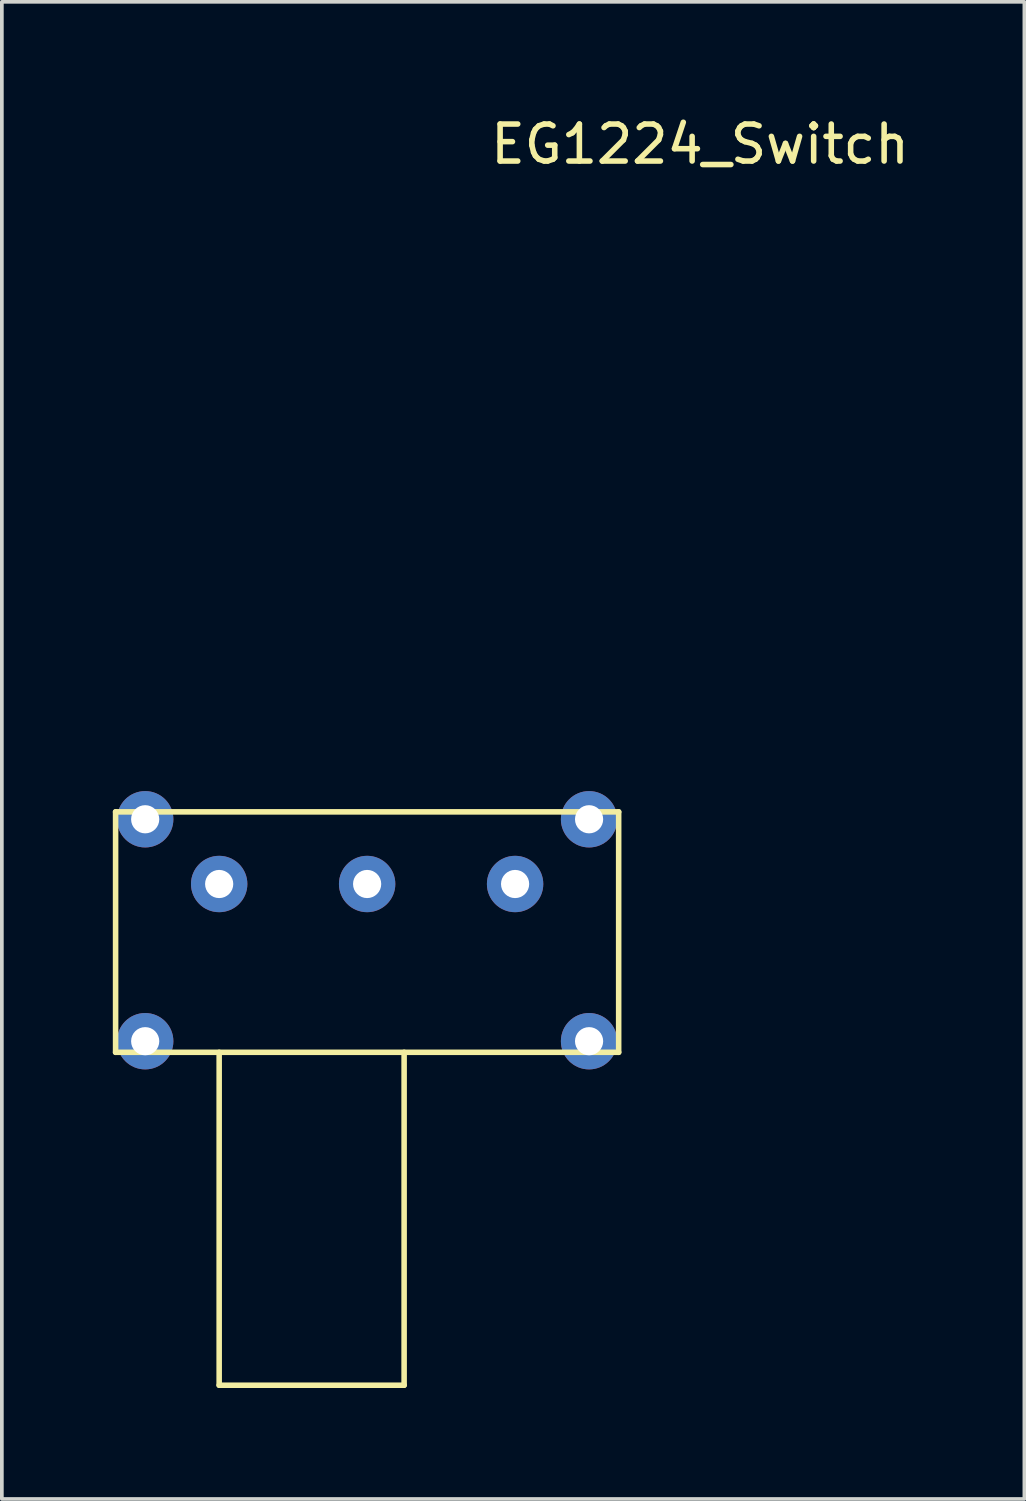
<source format=kicad_pcb>
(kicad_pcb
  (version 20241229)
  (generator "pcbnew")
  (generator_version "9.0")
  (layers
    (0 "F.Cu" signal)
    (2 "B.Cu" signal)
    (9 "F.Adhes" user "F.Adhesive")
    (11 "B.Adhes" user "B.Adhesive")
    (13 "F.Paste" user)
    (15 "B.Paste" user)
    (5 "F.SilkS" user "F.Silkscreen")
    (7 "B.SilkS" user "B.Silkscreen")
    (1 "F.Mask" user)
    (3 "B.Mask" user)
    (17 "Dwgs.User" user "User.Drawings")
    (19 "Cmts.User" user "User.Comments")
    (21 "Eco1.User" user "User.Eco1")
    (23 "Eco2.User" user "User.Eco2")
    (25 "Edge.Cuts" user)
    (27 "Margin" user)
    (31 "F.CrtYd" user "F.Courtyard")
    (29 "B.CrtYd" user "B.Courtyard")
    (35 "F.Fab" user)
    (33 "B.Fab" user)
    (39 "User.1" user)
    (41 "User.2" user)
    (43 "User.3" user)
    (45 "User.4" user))
  (footprint "EG1224_Switch"
    (layer "F.Cu")
    (at 6.875 20.848)
    (property "Reference" "EG1224_Switch" (at 9 -20 0) (layer "F.SilkS") (effects (font (size 1 1) (thickness 0.15))))
    (attr through_hole)
    (fp_line (start -6.8 -1.95) (end 6.8 -1.95) (stroke (width 0.15) (type solid)) (layer "F.SilkS"))
    (fp_line (start -6.8 4.55) (end -6.8 -1.95) (stroke (width 0.15) (type solid)) (layer "F.SilkS"))
    (fp_line (start -4 13.55) (end -4 4.55) (stroke (width 0.15) (type solid)) (layer "F.SilkS"))
    (fp_line (start -4 13.55) (end 1 13.55) (stroke (width 0.15) (type solid)) (layer "F.SilkS"))
    (fp_line (start 1 13.55) (end 1 4.55) (stroke (width 0.15) (type solid)) (layer "F.SilkS"))
    (fp_line (start 6.8 -1.95) (end 6.8 4.55) (stroke (width 0.15) (type solid)) (layer "F.SilkS"))
    (fp_line (start 6.8 4.55) (end -6.8 4.55) (stroke (width 0.15) (type solid)) (layer "F.SilkS"))
    (pad "" thru_hole circle (at -6 -1.75) (size 1.524 1.524) (drill 0.762) (layers "*.Cu" "*.Mask"))
    (pad "" thru_hole circle (at -6 4.25) (size 1.524 1.524) (drill 0.762) (layers "*.Cu" "*.Mask"))
    (pad "" thru_hole circle (at 6 -1.75) (size 1.524 1.524) (drill 0.762) (layers "*.Cu" "*.Mask"))
    (pad "" thru_hole circle (at 6 4.25) (size 1.524 1.524) (drill 0.762) (layers "*.Cu" "*.Mask"))
    (pad "1" thru_hole circle (at -4 0) (size 1.524 1.524) (drill 0.762) (layers "*.Cu" "*.Mask"))
    (pad "2" thru_hole circle (at 0 0) (size 1.524 1.524) (drill 0.762) (layers "*.Cu" "*.Mask"))
    (pad "3" thru_hole circle (at 4 0) (size 1.524 1.524) (drill 0.762) (layers "*.Cu" "*.Mask")))
  (gr_rect
    (start -3 -3)
    (end 24.643 37.473)
    (stroke (width 0.1) (type default))
    (fill no)
    (layer "Edge.Cuts")))
</source>
